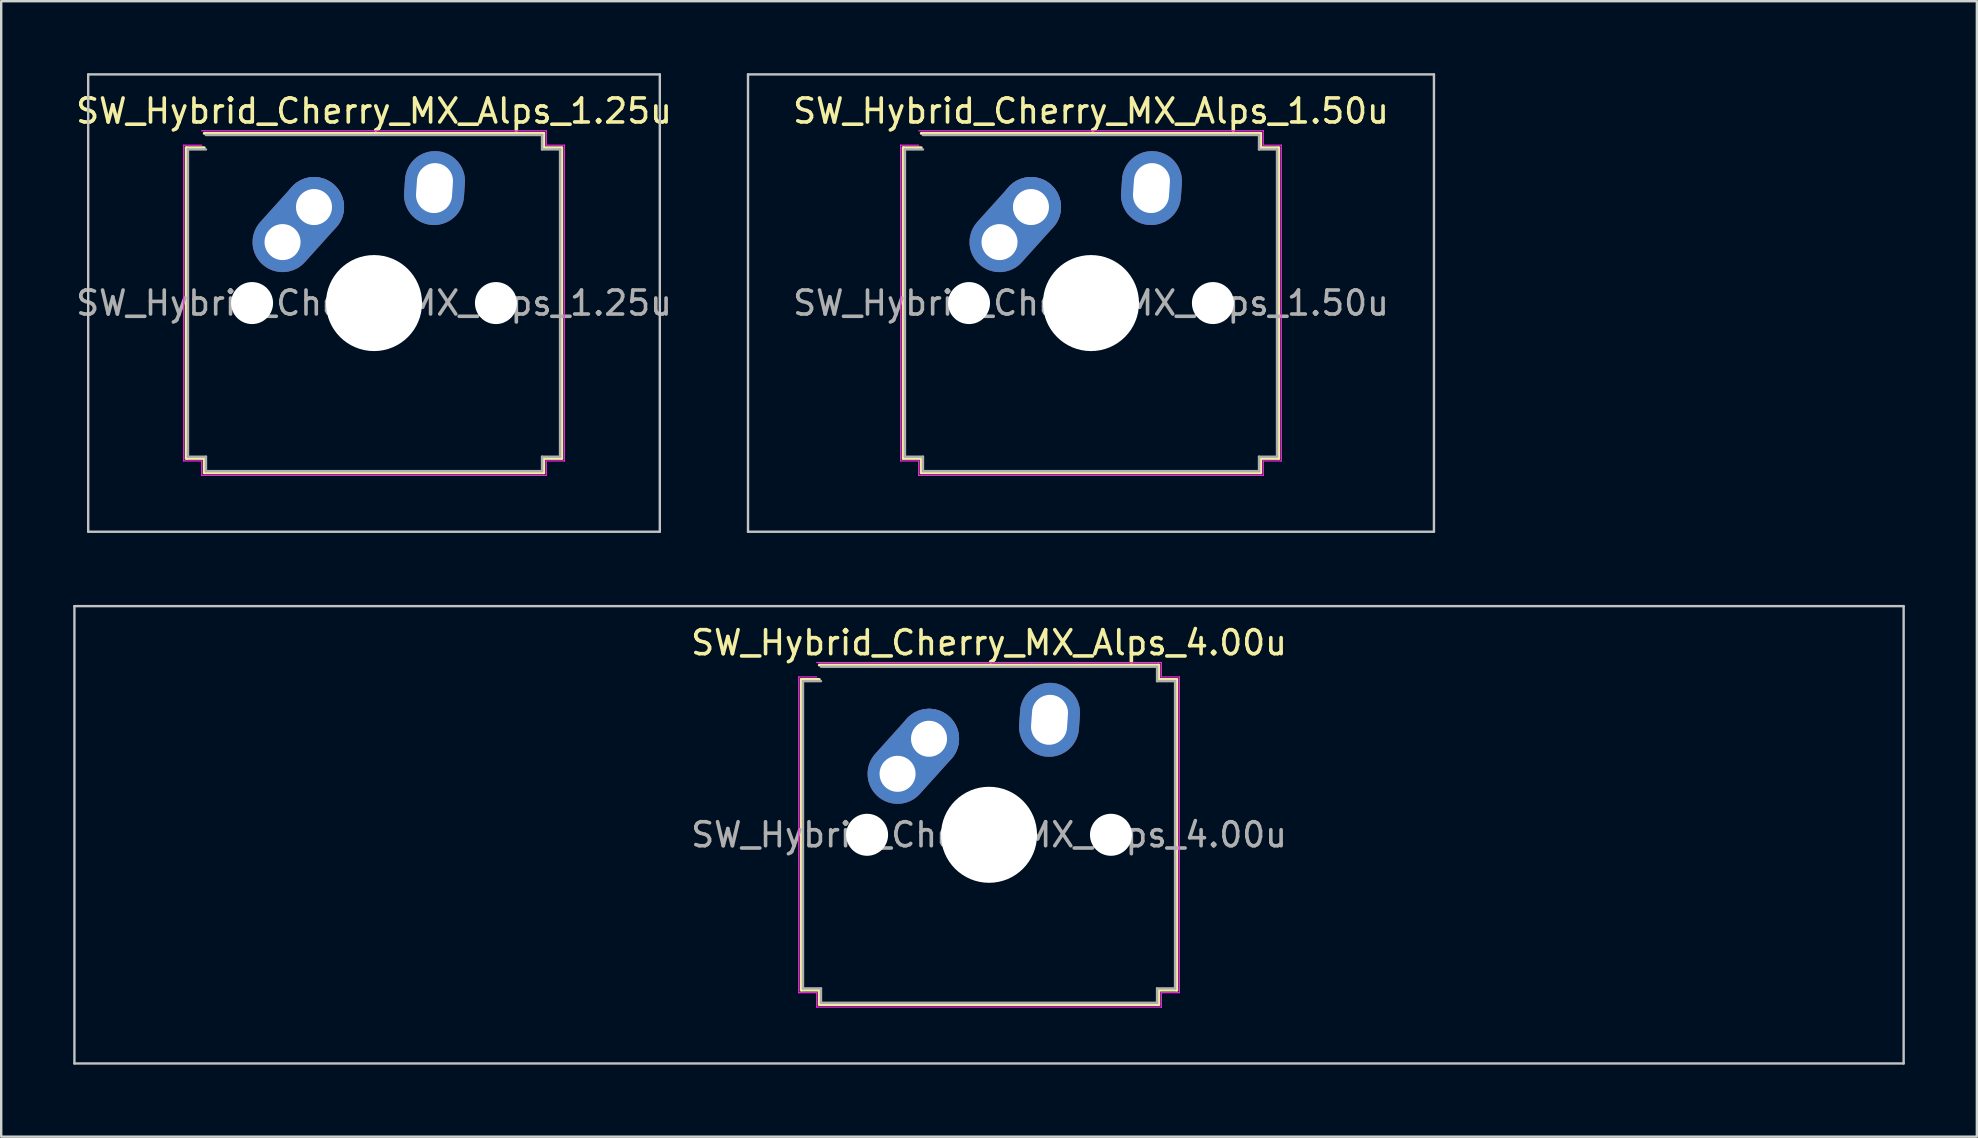
<source format=kicad_pcb>
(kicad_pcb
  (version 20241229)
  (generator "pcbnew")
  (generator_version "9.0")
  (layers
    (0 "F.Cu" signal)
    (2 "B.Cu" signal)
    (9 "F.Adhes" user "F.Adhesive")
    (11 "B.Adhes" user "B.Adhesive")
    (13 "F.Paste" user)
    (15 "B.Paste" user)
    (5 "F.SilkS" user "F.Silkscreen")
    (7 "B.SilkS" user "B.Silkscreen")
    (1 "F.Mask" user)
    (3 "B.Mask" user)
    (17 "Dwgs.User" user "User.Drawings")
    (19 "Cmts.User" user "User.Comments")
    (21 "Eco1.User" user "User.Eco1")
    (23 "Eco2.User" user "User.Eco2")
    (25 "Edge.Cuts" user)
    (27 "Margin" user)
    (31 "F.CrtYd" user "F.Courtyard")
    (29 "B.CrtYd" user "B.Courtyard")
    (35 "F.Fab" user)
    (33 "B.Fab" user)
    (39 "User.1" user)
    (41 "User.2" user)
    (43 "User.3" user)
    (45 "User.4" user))
  (footprint "SW_Hybrid_Cherry_MX_Alps_4.00u"
    (layer "F.Cu")
    (at 38.15 31.725)
    (property "Reference" "SW_Hybrid_Cherry_MX_Alps_4.00u" (at 0 -8 0) (layer "F.SilkS") (effects (font (size 1 1) (thickness 0.15))))
    (attr through_hole)
    (fp_line (start -7.821 -6.471) (end -7.071 -6.471) (stroke (width 0.12) (type solid)) (layer "F.SilkS"))
    (fp_line (start -7.821 6.471) (end -7.821 -6.471) (stroke (width 0.12) (type solid)) (layer "F.SilkS"))
    (fp_line (start -7.071 -7.071) (end 7.071 -7.071) (stroke (width 0.12) (type solid)) (layer "F.SilkS"))
    (fp_line (start -7.071 6.471) (end -7.821 6.471) (stroke (width 0.12) (type solid)) (layer "F.SilkS"))
    (fp_line (start -7.071 7.071) (end -7.071 6.471) (stroke (width 0.12) (type solid)) (layer "F.SilkS"))
    (fp_line (start 7.071 -7.071) (end 7.071 -6.471) (stroke (width 0.12) (type solid)) (layer "F.SilkS"))
    (fp_line (start 7.071 -6.471) (end 7.821 -6.471) (stroke (width 0.12) (type solid)) (layer "F.SilkS"))
    (fp_line (start 7.071 6.471) (end 7.071 7.071) (stroke (width 0.12) (type solid)) (layer "F.SilkS"))
    (fp_line (start 7.071 7.071) (end -7.071 7.071) (stroke (width 0.12) (type solid)) (layer "F.SilkS"))
    (fp_line (start 7.821 -6.471) (end 7.821 6.471) (stroke (width 0.12) (type solid)) (layer "F.SilkS"))
    (fp_line (start 7.821 6.471) (end 7.071 6.471) (stroke (width 0.12) (type solid)) (layer "F.SilkS"))
    (fp_line (start -38.1 -9.525) (end -38.1 9.525) (stroke (width 0.1) (type solid)) (layer "Dwgs.User"))
    (fp_line (start -38.1 9.525) (end 38.1 9.525) (stroke (width 0.1) (type solid)) (layer "Dwgs.User"))
    (fp_line (start 38.1 -9.525) (end -38.1 -9.525) (stroke (width 0.1) (type solid)) (layer "Dwgs.User"))
    (fp_line (start 38.1 9.525) (end 38.1 -9.525) (stroke (width 0.1) (type solid)) (layer "Dwgs.User"))
    (fp_line (start -7.927 -6.577) (end -7.177 -6.577) (stroke (width 0.05) (type solid)) (layer "F.CrtYd"))
    (fp_line (start -7.927 6.577) (end -7.927 -6.577) (stroke (width 0.05) (type solid)) (layer "F.CrtYd"))
    (fp_line (start -7.177 -7.177) (end 7.177 -7.177) (stroke (width 0.05) (type solid)) (layer "F.CrtYd"))
    (fp_line (start -7.177 6.577) (end -7.927 6.577) (stroke (width 0.05) (type solid)) (layer "F.CrtYd"))
    (fp_line (start -7.177 7.177) (end -7.177 6.577) (stroke (width 0.05) (type solid)) (layer "F.CrtYd"))
    (fp_line (start 7.177 -7.177) (end 7.177 -6.577) (stroke (width 0.05) (type solid)) (layer "F.CrtYd"))
    (fp_line (start 7.177 -6.577) (end 7.927 -6.577) (stroke (width 0.05) (type solid)) (layer "F.CrtYd"))
    (fp_line (start 7.177 6.577) (end 7.177 7.177) (stroke (width 0.05) (type solid)) (layer "F.CrtYd"))
    (fp_line (start 7.177 7.177) (end -7.177 7.177) (stroke (width 0.05) (type solid)) (layer "F.CrtYd"))
    (fp_line (start 7.927 -6.577) (end 7.927 6.577) (stroke (width 0.05) (type solid)) (layer "F.CrtYd"))
    (fp_line (start 7.927 6.577) (end 7.177 6.577) (stroke (width 0.05) (type solid)) (layer "F.CrtYd"))
    (fp_line (start -7.75 -6.4) (end -7 -6.4) (stroke (width 0.1) (type solid)) (layer "F.Fab"))
    (fp_line (start -7.75 6.4) (end -7.75 -6.4) (stroke (width 0.1) (type solid)) (layer "F.Fab"))
    (fp_line (start -7 -7) (end 7 -7) (stroke (width 0.1) (type solid)) (layer "F.Fab"))
    (fp_line (start -7 6.4) (end -7.75 6.4) (stroke (width 0.1) (type solid)) (layer "F.Fab"))
    (fp_line (start -7 7) (end -7 6.4) (stroke (width 0.1) (type solid)) (layer "F.Fab"))
    (fp_line (start 7 -7) (end 7 -6.4) (stroke (width 0.1) (type solid)) (layer "F.Fab"))
    (fp_line (start 7 -6.4) (end 7.75 -6.4) (stroke (width 0.1) (type solid)) (layer "F.Fab"))
    (fp_line (start 7 6.4) (end 7 7) (stroke (width 0.1) (type solid)) (layer "F.Fab"))
    (fp_line (start 7 7) (end -7 7) (stroke (width 0.1) (type solid)) (layer "F.Fab"))
    (fp_line (start 7.75 -6.4) (end 7.75 6.4) (stroke (width 0.1) (type solid)) (layer "F.Fab"))
    (fp_line (start 7.75 6.4) (end 7 6.4) (stroke (width 0.1) (type solid)) (layer "F.Fab"))
    (fp_text user "${REFERENCE}" (at 0 0 0) (layer "F.Fab") (effects (font (size 1 1) (thickness 0.15))))
    (pad "" np_thru_hole circle (at -5.08 0) (size 1.75 1.75) (drill 1.75) (layers "*.Cu" "*.Mask"))
    (pad "" smd circle (at -3.81 -2.54 48) (size 1.55 1.55) (layers "F.Mask"))
    (pad "" smd circle (at -2.5 -4) (size 1.55 1.55) (layers "F.Mask"))
    (pad "" np_thru_hole circle (at 0 0) (size 4 4) (drill 4) (layers "*.Cu" "*.Mask"))
    (pad "" smd oval (at 2.52 -4.79 86) (size 2.131 1.55) (layers "F.Mask"))
    (pad "" np_thru_hole circle (at 5.08 0) (size 1.75 1.75) (drill 1.75) (layers "*.Cu" "*.Mask"))
    (pad "1" thru_hole oval (at -3.81 -2.54 48) (size 4.462 2.5) (drill 1.5 (offset 0.981 0)) (layers "*.Cu" "B.Mask"))
    (pad "1" thru_hole circle (at -2.5 -4) (size 2.5 2.5) (drill 1.5) (layers "*.Cu" "B.Mask"))
    (pad "2" thru_hole oval (at 2.52 -4.79 86) (size 3.081 2.5) (drill oval 2.081 1.5) (layers "*.Cu" "B.Mask")))
  (footprint "SW_Hybrid_Cherry_MX_Alps_1.25u"
    (layer "F.Cu")
    (at 12.53 9.575)
    (property "Reference" "SW_Hybrid_Cherry_MX_Alps_1.25u" (at 0 -8 0) (layer "F.SilkS") (effects (font (size 1 1) (thickness 0.15))))
    (attr through_hole)
    (fp_line (start -7.821 -6.471) (end -7.071 -6.471) (stroke (width 0.12) (type solid)) (layer "F.SilkS"))
    (fp_line (start -7.821 6.471) (end -7.821 -6.471) (stroke (width 0.12) (type solid)) (layer "F.SilkS"))
    (fp_line (start -7.071 -7.071) (end 7.071 -7.071) (stroke (width 0.12) (type solid)) (layer "F.SilkS"))
    (fp_line (start -7.071 6.471) (end -7.821 6.471) (stroke (width 0.12) (type solid)) (layer "F.SilkS"))
    (fp_line (start -7.071 7.071) (end -7.071 6.471) (stroke (width 0.12) (type solid)) (layer "F.SilkS"))
    (fp_line (start 7.071 -7.071) (end 7.071 -6.471) (stroke (width 0.12) (type solid)) (layer "F.SilkS"))
    (fp_line (start 7.071 -6.471) (end 7.821 -6.471) (stroke (width 0.12) (type solid)) (layer "F.SilkS"))
    (fp_line (start 7.071 6.471) (end 7.071 7.071) (stroke (width 0.12) (type solid)) (layer "F.SilkS"))
    (fp_line (start 7.071 7.071) (end -7.071 7.071) (stroke (width 0.12) (type solid)) (layer "F.SilkS"))
    (fp_line (start 7.821 -6.471) (end 7.821 6.471) (stroke (width 0.12) (type solid)) (layer "F.SilkS"))
    (fp_line (start 7.821 6.471) (end 7.071 6.471) (stroke (width 0.12) (type solid)) (layer "F.SilkS"))
    (fp_line (start -11.906 -9.525) (end -11.906 9.525) (stroke (width 0.1) (type solid)) (layer "Dwgs.User"))
    (fp_line (start -11.906 9.525) (end 11.906 9.525) (stroke (width 0.1) (type solid)) (layer "Dwgs.User"))
    (fp_line (start 11.906 -9.525) (end -11.906 -9.525) (stroke (width 0.1) (type solid)) (layer "Dwgs.User"))
    (fp_line (start 11.906 9.525) (end 11.906 -9.525) (stroke (width 0.1) (type solid)) (layer "Dwgs.User"))
    (fp_line (start -7.927 -6.577) (end -7.177 -6.577) (stroke (width 0.05) (type solid)) (layer "F.CrtYd"))
    (fp_line (start -7.927 6.577) (end -7.927 -6.577) (stroke (width 0.05) (type solid)) (layer "F.CrtYd"))
    (fp_line (start -7.177 -7.177) (end 7.177 -7.177) (stroke (width 0.05) (type solid)) (layer "F.CrtYd"))
    (fp_line (start -7.177 6.577) (end -7.927 6.577) (stroke (width 0.05) (type solid)) (layer "F.CrtYd"))
    (fp_line (start -7.177 7.177) (end -7.177 6.577) (stroke (width 0.05) (type solid)) (layer "F.CrtYd"))
    (fp_line (start 7.177 -7.177) (end 7.177 -6.577) (stroke (width 0.05) (type solid)) (layer "F.CrtYd"))
    (fp_line (start 7.177 -6.577) (end 7.927 -6.577) (stroke (width 0.05) (type solid)) (layer "F.CrtYd"))
    (fp_line (start 7.177 6.577) (end 7.177 7.177) (stroke (width 0.05) (type solid)) (layer "F.CrtYd"))
    (fp_line (start 7.177 7.177) (end -7.177 7.177) (stroke (width 0.05) (type solid)) (layer "F.CrtYd"))
    (fp_line (start 7.927 -6.577) (end 7.927 6.577) (stroke (width 0.05) (type solid)) (layer "F.CrtYd"))
    (fp_line (start 7.927 6.577) (end 7.177 6.577) (stroke (width 0.05) (type solid)) (layer "F.CrtYd"))
    (fp_line (start -7.75 -6.4) (end -7 -6.4) (stroke (width 0.1) (type solid)) (layer "F.Fab"))
    (fp_line (start -7.75 6.4) (end -7.75 -6.4) (stroke (width 0.1) (type solid)) (layer "F.Fab"))
    (fp_line (start -7 -7) (end 7 -7) (stroke (width 0.1) (type solid)) (layer "F.Fab"))
    (fp_line (start -7 6.4) (end -7.75 6.4) (stroke (width 0.1) (type solid)) (layer "F.Fab"))
    (fp_line (start -7 7) (end -7 6.4) (stroke (width 0.1) (type solid)) (layer "F.Fab"))
    (fp_line (start 7 -7) (end 7 -6.4) (stroke (width 0.1) (type solid)) (layer "F.Fab"))
    (fp_line (start 7 -6.4) (end 7.75 -6.4) (stroke (width 0.1) (type solid)) (layer "F.Fab"))
    (fp_line (start 7 6.4) (end 7 7) (stroke (width 0.1) (type solid)) (layer "F.Fab"))
    (fp_line (start 7 7) (end -7 7) (stroke (width 0.1) (type solid)) (layer "F.Fab"))
    (fp_line (start 7.75 -6.4) (end 7.75 6.4) (stroke (width 0.1) (type solid)) (layer "F.Fab"))
    (fp_line (start 7.75 6.4) (end 7 6.4) (stroke (width 0.1) (type solid)) (layer "F.Fab"))
    (fp_text user "${REFERENCE}" (at 0 0 0) (layer "F.Fab") (effects (font (size 1 1) (thickness 0.15))))
    (pad "" np_thru_hole circle (at -5.08 0) (size 1.75 1.75) (drill 1.75) (layers "*.Cu" "*.Mask"))
    (pad "" smd circle (at -3.81 -2.54 48) (size 1.55 1.55) (layers "F.Mask"))
    (pad "" smd circle (at -2.5 -4) (size 1.55 1.55) (layers "F.Mask"))
    (pad "" np_thru_hole circle (at 0 0) (size 4 4) (drill 4) (layers "*.Cu" "*.Mask"))
    (pad "" smd oval (at 2.52 -4.79 86) (size 2.131 1.55) (layers "F.Mask"))
    (pad "" np_thru_hole circle (at 5.08 0) (size 1.75 1.75) (drill 1.75) (layers "*.Cu" "*.Mask"))
    (pad "1" thru_hole oval (at -3.81 -2.54 48) (size 4.462 2.5) (drill 1.5 (offset 0.981 0)) (layers "*.Cu" "B.Mask"))
    (pad "1" thru_hole circle (at -2.5 -4) (size 2.5 2.5) (drill 1.5) (layers "*.Cu" "B.Mask"))
    (pad "2" thru_hole oval (at 2.52 -4.79 86) (size 3.081 2.5) (drill oval 2.081 1.5) (layers "*.Cu" "B.Mask")))
  (footprint "SW_Hybrid_Cherry_MX_Alps_1.50u"
    (layer "F.Cu")
    (at 42.397 9.575)
    (property "Reference" "SW_Hybrid_Cherry_MX_Alps_1.50u" (at 0 -8 0) (layer "F.SilkS") (effects (font (size 1 1) (thickness 0.15))))
    (attr through_hole)
    (fp_line (start -7.821 -6.471) (end -7.071 -6.471) (stroke (width 0.12) (type solid)) (layer "F.SilkS"))
    (fp_line (start -7.821 6.471) (end -7.821 -6.471) (stroke (width 0.12) (type solid)) (layer "F.SilkS"))
    (fp_line (start -7.071 -7.071) (end 7.071 -7.071) (stroke (width 0.12) (type solid)) (layer "F.SilkS"))
    (fp_line (start -7.071 6.471) (end -7.821 6.471) (stroke (width 0.12) (type solid)) (layer "F.SilkS"))
    (fp_line (start -7.071 7.071) (end -7.071 6.471) (stroke (width 0.12) (type solid)) (layer "F.SilkS"))
    (fp_line (start 7.071 -7.071) (end 7.071 -6.471) (stroke (width 0.12) (type solid)) (layer "F.SilkS"))
    (fp_line (start 7.071 -6.471) (end 7.821 -6.471) (stroke (width 0.12) (type solid)) (layer "F.SilkS"))
    (fp_line (start 7.071 6.471) (end 7.071 7.071) (stroke (width 0.12) (type solid)) (layer "F.SilkS"))
    (fp_line (start 7.071 7.071) (end -7.071 7.071) (stroke (width 0.12) (type solid)) (layer "F.SilkS"))
    (fp_line (start 7.821 -6.471) (end 7.821 6.471) (stroke (width 0.12) (type solid)) (layer "F.SilkS"))
    (fp_line (start 7.821 6.471) (end 7.071 6.471) (stroke (width 0.12) (type solid)) (layer "F.SilkS"))
    (fp_line (start -14.287 -9.525) (end -14.287 9.525) (stroke (width 0.1) (type solid)) (layer "Dwgs.User"))
    (fp_line (start -14.287 9.525) (end 14.287 9.525) (stroke (width 0.1) (type solid)) (layer "Dwgs.User"))
    (fp_line (start 14.287 -9.525) (end -14.287 -9.525) (stroke (width 0.1) (type solid)) (layer "Dwgs.User"))
    (fp_line (start 14.287 9.525) (end 14.287 -9.525) (stroke (width 0.1) (type solid)) (layer "Dwgs.User"))
    (fp_line (start -7.927 -6.577) (end -7.177 -6.577) (stroke (width 0.05) (type solid)) (layer "F.CrtYd"))
    (fp_line (start -7.927 6.577) (end -7.927 -6.577) (stroke (width 0.05) (type solid)) (layer "F.CrtYd"))
    (fp_line (start -7.177 -7.177) (end 7.177 -7.177) (stroke (width 0.05) (type solid)) (layer "F.CrtYd"))
    (fp_line (start -7.177 6.577) (end -7.927 6.577) (stroke (width 0.05) (type solid)) (layer "F.CrtYd"))
    (fp_line (start -7.177 7.177) (end -7.177 6.577) (stroke (width 0.05) (type solid)) (layer "F.CrtYd"))
    (fp_line (start 7.177 -7.177) (end 7.177 -6.577) (stroke (width 0.05) (type solid)) (layer "F.CrtYd"))
    (fp_line (start 7.177 -6.577) (end 7.927 -6.577) (stroke (width 0.05) (type solid)) (layer "F.CrtYd"))
    (fp_line (start 7.177 6.577) (end 7.177 7.177) (stroke (width 0.05) (type solid)) (layer "F.CrtYd"))
    (fp_line (start 7.177 7.177) (end -7.177 7.177) (stroke (width 0.05) (type solid)) (layer "F.CrtYd"))
    (fp_line (start 7.927 -6.577) (end 7.927 6.577) (stroke (width 0.05) (type solid)) (layer "F.CrtYd"))
    (fp_line (start 7.927 6.577) (end 7.177 6.577) (stroke (width 0.05) (type solid)) (layer "F.CrtYd"))
    (fp_line (start -7.75 -6.4) (end -7 -6.4) (stroke (width 0.1) (type solid)) (layer "F.Fab"))
    (fp_line (start -7.75 6.4) (end -7.75 -6.4) (stroke (width 0.1) (type solid)) (layer "F.Fab"))
    (fp_line (start -7 -7) (end 7 -7) (stroke (width 0.1) (type solid)) (layer "F.Fab"))
    (fp_line (start -7 6.4) (end -7.75 6.4) (stroke (width 0.1) (type solid)) (layer "F.Fab"))
    (fp_line (start -7 7) (end -7 6.4) (stroke (width 0.1) (type solid)) (layer "F.Fab"))
    (fp_line (start 7 -7) (end 7 -6.4) (stroke (width 0.1) (type solid)) (layer "F.Fab"))
    (fp_line (start 7 -6.4) (end 7.75 -6.4) (stroke (width 0.1) (type solid)) (layer "F.Fab"))
    (fp_line (start 7 6.4) (end 7 7) (stroke (width 0.1) (type solid)) (layer "F.Fab"))
    (fp_line (start 7 7) (end -7 7) (stroke (width 0.1) (type solid)) (layer "F.Fab"))
    (fp_line (start 7.75 -6.4) (end 7.75 6.4) (stroke (width 0.1) (type solid)) (layer "F.Fab"))
    (fp_line (start 7.75 6.4) (end 7 6.4) (stroke (width 0.1) (type solid)) (layer "F.Fab"))
    (fp_text user "${REFERENCE}" (at 0 0 0) (layer "F.Fab") (effects (font (size 1 1) (thickness 0.15))))
    (pad "" np_thru_hole circle (at -5.08 0) (size 1.75 1.75) (drill 1.75) (layers "*.Cu" "*.Mask"))
    (pad "" smd circle (at -3.81 -2.54 48) (size 1.55 1.55) (layers "F.Mask"))
    (pad "" smd circle (at -2.5 -4) (size 1.55 1.55) (layers "F.Mask"))
    (pad "" np_thru_hole circle (at 0 0) (size 4 4) (drill 4) (layers "*.Cu" "*.Mask"))
    (pad "" smd oval (at 2.52 -4.79 86) (size 2.131 1.55) (layers "F.Mask"))
    (pad "" np_thru_hole circle (at 5.08 0) (size 1.75 1.75) (drill 1.75) (layers "*.Cu" "*.Mask"))
    (pad "1" thru_hole oval (at -3.81 -2.54 48) (size 4.462 2.5) (drill 1.5 (offset 0.981 0)) (layers "*.Cu" "B.Mask"))
    (pad "1" thru_hole circle (at -2.5 -4) (size 2.5 2.5) (drill 1.5) (layers "*.Cu" "B.Mask"))
    (pad "2" thru_hole oval (at 2.52 -4.79 86) (size 3.081 2.5) (drill oval 2.081 1.5) (layers "*.Cu" "B.Mask")))
  (gr_rect
    (start -3 -3)
    (end 79.3 44.3)
    (stroke (width 0.1) (type default))
    (fill no)
    (layer "Edge.Cuts")))
</source>
